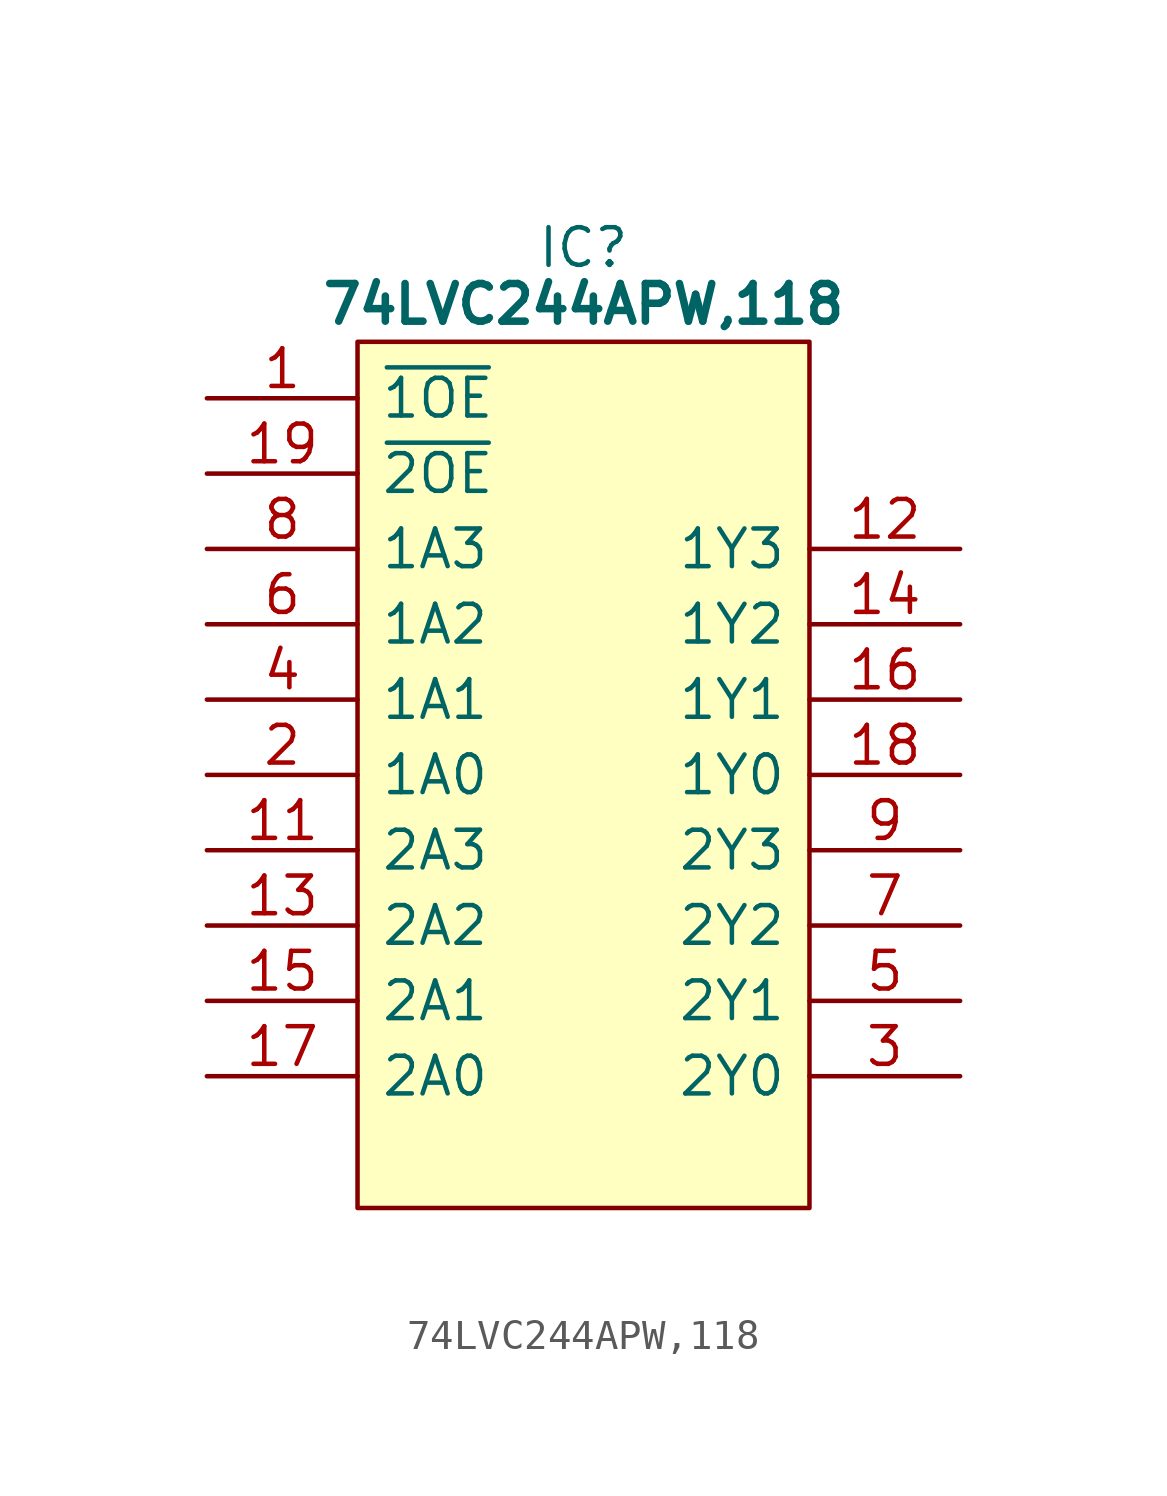
<source format=kicad_sym>
(kicad_symbol_lib
  (version 20220914)
  (generator kicad_symbol_editor)
  (symbol "74LVC244APW,118"
    (pin_names
      (offset 0.762))
    (property "Reference" "IC"
      (at 12.7 5.08 0)
      (effects (font (size 1.27 1.27))))
    (property "Value" "74LVC244APW,118"
      (at 12.7 3.175 0)
      (effects (font (size 1.27 1.27) bold)))
    (symbol "74LVC244APW,118_0_0"
      (pin input line (at 0 0 0) (length 5.08) (name "~{1OE}" (effects (font (size 1.27 1.27)))) (number "1" (effects (font (size 1.27 1.27)))))
      (pin input line (at 0 -15.24 0) (length 5.08) (name "2A3" (effects (font (size 1.27 1.27)))) (number "11" (effects (font (size 1.27 1.27)))))
      (pin tri_state line (at 25.4 -5.08 180) (length 5.08) (name "1Y3" (effects (font (size 1.27 1.27)))) (number "12" (effects (font (size 1.27 1.27)))))
      (pin input line (at 0 -17.78 0) (length 5.08) (name "2A2" (effects (font (size 1.27 1.27)))) (number "13" (effects (font (size 1.27 1.27)))))
      (pin tri_state line (at 25.4 -7.62 180) (length 5.08) (name "1Y2" (effects (font (size 1.27 1.27)))) (number "14" (effects (font (size 1.27 1.27)))))
      (pin input line (at 0 -20.32 0) (length 5.08) (name "2A1" (effects (font (size 1.27 1.27)))) (number "15" (effects (font (size 1.27 1.27)))))
      (pin tri_state line (at 25.4 -10.16 180) (length 5.08) (name "1Y1" (effects (font (size 1.27 1.27)))) (number "16" (effects (font (size 1.27 1.27)))))
      (pin input line (at 0 -22.86 0) (length 5.08) (name "2A0" (effects (font (size 1.27 1.27)))) (number "17" (effects (font (size 1.27 1.27)))))
      (pin tri_state line (at 25.4 -12.7 180) (length 5.08) (name "1Y0" (effects (font (size 1.27 1.27)))) (number "18" (effects (font (size 1.27 1.27)))))
      (pin input line (at 0 -2.54 0) (length 5.08) (name "~{2OE}" (effects (font (size 1.27 1.27)))) (number "19" (effects (font (size 1.27 1.27)))))
      (pin input line (at 0 -12.7 0) (length 5.08) (name "1A0" (effects (font (size 1.27 1.27)))) (number "2" (effects (font (size 1.27 1.27)))))
      (pin tri_state line (at 25.4 -22.86 180) (length 5.08) (name "2Y0" (effects (font (size 1.27 1.27)))) (number "3" (effects (font (size 1.27 1.27)))))
      (pin input line (at 0 -10.16 0) (length 5.08) (name "1A1" (effects (font (size 1.27 1.27)))) (number "4" (effects (font (size 1.27 1.27)))))
      (pin tri_state line (at 25.4 -20.32 180) (length 5.08) (name "2Y1" (effects (font (size 1.27 1.27)))) (number "5" (effects (font (size 1.27 1.27)))))
      (pin input line (at 0 -7.62 0) (length 5.08) (name "1A2" (effects (font (size 1.27 1.27)))) (number "6" (effects (font (size 1.27 1.27)))))
      (pin tri_state line (at 25.4 -17.78 180) (length 5.08) (name "2Y2" (effects (font (size 1.27 1.27)))) (number "7" (effects (font (size 1.27 1.27)))))
      (pin input line (at 0 -5.08 0) (length 5.08) (name "1A3" (effects (font (size 1.27 1.27)))) (number "8" (effects (font (size 1.27 1.27)))))
      (pin tri_state line (at 25.4 -15.24 180) (length 5.08) (name "2Y3" (effects (font (size 1.27 1.27)))) (number "9" (effects (font (size 1.27 1.27))))))
    (symbol "74LVC244APW,118_0_1"
      (polyline (pts (xy 5.08 1.905) (xy 20.32 1.905) (xy 20.32 -27.305) (xy 5.08 -27.305) (xy 5.08 1.905)) (stroke (width 0.152) (type default)) (fill (type background))))
    (symbol "74LVC244APW,118_1_0"
      (pin passive line (at 0 -25.4 0) (length 5.08) hide (name "GND" (effects (font (size 1.27 1.27)))) (number "10" (effects (font (size 1.27 1.27)))))
      (pin passive line (at 25.4 0 180) (length 5.08) hide (name "3V" (effects (font (size 1.27 1.27)))) (number "20" (effects (font (size 1.27 1.27))))))))
</source>
